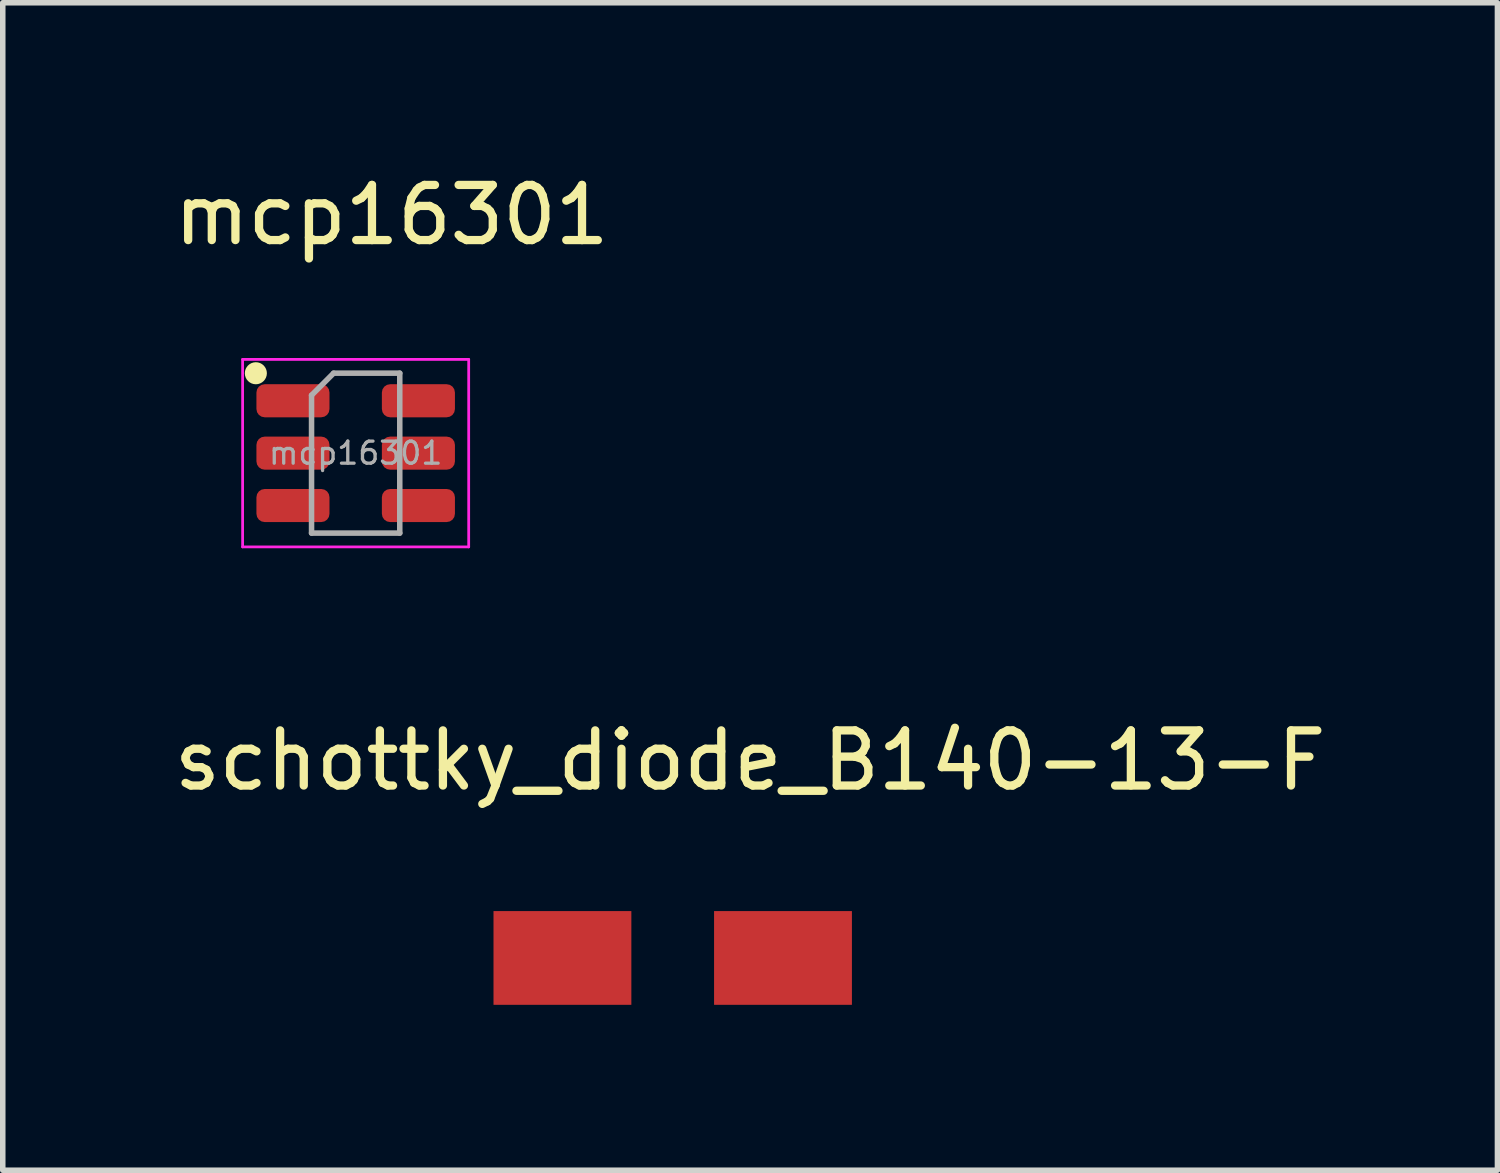
<source format=kicad_pcb>
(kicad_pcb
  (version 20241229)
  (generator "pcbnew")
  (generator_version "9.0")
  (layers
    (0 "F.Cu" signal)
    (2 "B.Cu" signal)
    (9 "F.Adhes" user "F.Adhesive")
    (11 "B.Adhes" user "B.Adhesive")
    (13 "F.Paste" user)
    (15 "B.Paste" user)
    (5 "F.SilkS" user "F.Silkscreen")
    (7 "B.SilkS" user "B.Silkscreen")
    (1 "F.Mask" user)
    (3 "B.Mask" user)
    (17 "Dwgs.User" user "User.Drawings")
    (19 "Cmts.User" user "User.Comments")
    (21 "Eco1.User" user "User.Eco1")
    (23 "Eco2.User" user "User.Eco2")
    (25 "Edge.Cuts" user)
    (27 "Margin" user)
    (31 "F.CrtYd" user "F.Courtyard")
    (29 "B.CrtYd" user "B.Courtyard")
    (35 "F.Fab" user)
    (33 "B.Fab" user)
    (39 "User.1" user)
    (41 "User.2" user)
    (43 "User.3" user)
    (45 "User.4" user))
  (footprint "mcp16301"
    (layer "F.Cu")
    (at 3.393 5.192)
    (property "Reference" "mcp16301" (at 0.66 -4.343 0) (unlocked yes) (layer "F.SilkS") (effects (font (size 1 1) (thickness 0.15))))
    (attr smd)
    (fp_circle (center -1.803 -1.473) (end -1.703 -1.473) (stroke (width 0.2) (type solid)) (fill no) (layer "F.SilkS"))
    (fp_line (start -2.043 -1.724) (end -2.043 1.676) (stroke (width 0.05) (type solid)) (layer "F.CrtYd"))
    (fp_line (start -2.043 1.676) (end 2.057 1.676) (stroke (width 0.05) (type solid)) (layer "F.CrtYd"))
    (fp_line (start 2.057 -1.724) (end -2.043 -1.724) (stroke (width 0.05) (type solid)) (layer "F.CrtYd"))
    (fp_line (start 2.057 1.676) (end 2.057 -1.724) (stroke (width 0.05) (type solid)) (layer "F.CrtYd"))
    (fp_line (start -0.793 -1.074) (end -0.393 -1.474) (stroke (width 0.1) (type solid)) (layer "F.Fab"))
    (fp_line (start -0.793 1.426) (end -0.793 -1.074) (stroke (width 0.1) (type solid)) (layer "F.Fab"))
    (fp_line (start -0.393 -1.474) (end 0.807 -1.474) (stroke (width 0.1) (type solid)) (layer "F.Fab"))
    (fp_line (start 0.807 -1.474) (end 0.807 1.426) (stroke (width 0.1) (type solid)) (layer "F.Fab"))
    (fp_line (start 0.807 1.426) (end -0.793 1.426) (stroke (width 0.1) (type solid)) (layer "F.Fab"))
    (fp_text user "${REFERENCE}" (at 0.007 -0.024 0) (layer "F.Fab") (effects (font (size 0.4 0.4) (thickness 0.06))))
    (pad "1" smd roundrect (at -1.13 -0.974) (size 1.325 0.6) (layers "F.Cu" "F.Mask" "F.Paste") (roundrect_rratio 0.25))
    (pad "2" smd roundrect (at -1.13 -0.024) (size 1.325 0.6) (layers "F.Cu" "F.Mask" "F.Paste") (roundrect_rratio 0.25))
    (pad "3" smd roundrect (at -1.13 0.926) (size 1.325 0.6) (layers "F.Cu" "F.Mask" "F.Paste") (roundrect_rratio 0.25))
    (pad "4" smd roundrect (at 1.145 0.926) (size 1.325 0.6) (layers "F.Cu" "F.Mask" "F.Paste") (roundrect_rratio 0.25))
    (pad "5" smd roundrect (at 1.145 -0.024) (size 1.325 0.6) (layers "F.Cu" "F.Mask" "F.Paste") (roundrect_rratio 0.25))
    (pad "6" smd roundrect (at 1.145 -0.974) (size 1.325 0.6) (layers "F.Cu" "F.Mask" "F.Paste") (roundrect_rratio 0.25)))
  (footprint "schottky_diode_B140-13-F"
    (layer "F.Cu")
    (at 9.106 14.145)
    (property "Reference" "schottky_diode_B140-13-F" (at 1.448 -3.404 0) (unlocked yes) (layer "F.SilkS") (effects (font (size 1 1) (thickness 0.15))))
    (attr smd)
    (pad "1" smd rect (at -1.956 0.178) (size 2.5 1.7) (layers "F.Cu" "F.Mask" "F.Paste"))
    (pad "2" smd rect (at 2.044 0.178) (size 2.5 1.7) (layers "F.Cu" "F.Mask" "F.Paste")))
  (gr_rect
    (start -3 -3)
    (end 24.107 18.173)
    (stroke (width 0.1) (type default))
    (fill no)
    (layer "Edge.Cuts")))
</source>
